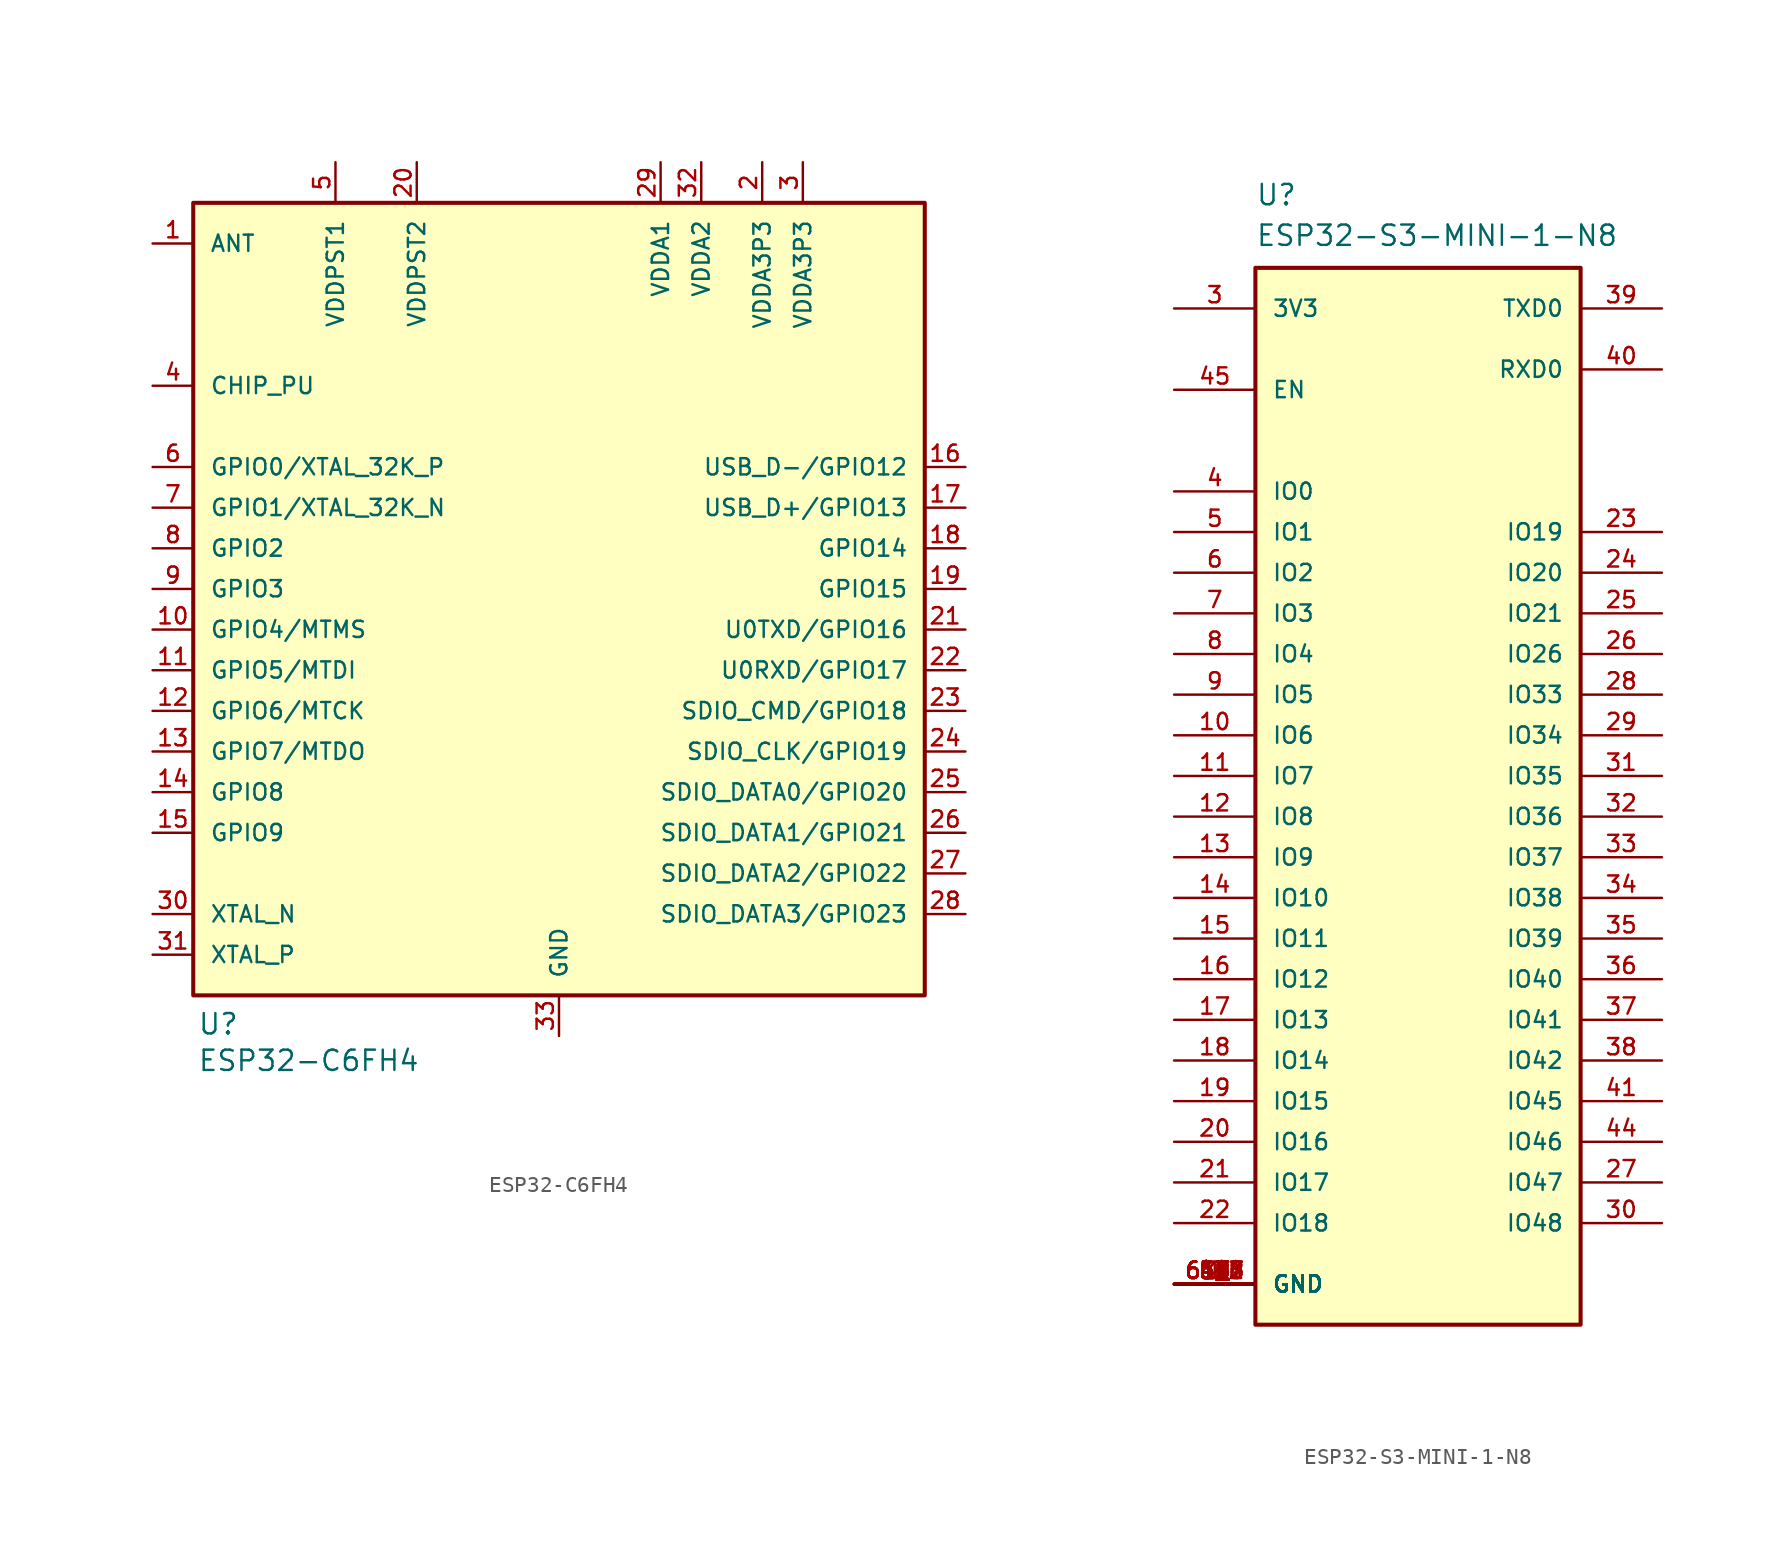
<source format=kicad_sym>
(kicad_symbol_lib
  (version 20241209)
  (generator "kicad_symbol_editor")
  (generator_version "9.0")
  (symbol "ESP32-C6FH4"
    (pin_names
      (offset 1.016))
    (property "Reference" "U"
      (at -22.606 -26.67 0)
      (effects (font (size 1.27 1.27)) (justify left bottom)))
    (property "Value" "ESP32-C6FH4"
      (at -22.606 -28.956 0)
      (effects (font (size 1.27 1.27)) (justify left bottom)))
    (symbol "ESP32-C6FH4_0_0"
      (rectangle (start -22.86 25.4) (end 22.86 -24.13) (stroke (width 0.254) (type default)) (fill (type background)))
      (pin bidirectional line (at -25.4 22.86 0) (length 2.54) (name "ANT" (effects (font (size 1.016 1.016)))) (number "1" (effects (font (size 1.016 1.016)))))
      (pin input line (at -25.4 13.97 0) (length 2.54) (name "CHIP_PU" (effects (font (size 1.016 1.016)))) (number "4" (effects (font (size 1.016 1.016)))))
      (pin bidirectional line (at -25.4 8.89 0) (length 2.54) (name "GPIO0/XTAL_32K_P" (effects (font (size 1.016 1.016)))) (number "6" (effects (font (size 1.016 1.016)))))
      (pin bidirectional line (at -25.4 6.35 0) (length 2.54) (name "GPIO1/XTAL_32K_N" (effects (font (size 1.016 1.016)))) (number "7" (effects (font (size 1.016 1.016)))))
      (pin bidirectional line (at -25.4 3.81 0) (length 2.54) (name "GPIO2" (effects (font (size 1.016 1.016)))) (number "8" (effects (font (size 1.016 1.016)))))
      (pin bidirectional line (at -25.4 1.27 0) (length 2.54) (name "GPIO3" (effects (font (size 1.016 1.016)))) (number "9" (effects (font (size 1.016 1.016)))))
      (pin bidirectional line (at -25.4 -1.27 0) (length 2.54) (name "GPIO4/MTMS" (effects (font (size 1.016 1.016)))) (number "10" (effects (font (size 1.016 1.016)))))
      (pin bidirectional line (at -25.4 -3.81 0) (length 2.54) (name "GPIO5/MTDI" (effects (font (size 1.016 1.016)))) (number "11" (effects (font (size 1.016 1.016)))))
      (pin bidirectional line (at -25.4 -6.35 0) (length 2.54) (name "GPIO6/MTCK" (effects (font (size 1.016 1.016)))) (number "12" (effects (font (size 1.016 1.016)))))
      (pin bidirectional line (at -25.4 -8.89 0) (length 2.54) (name "GPIO7/MTDO" (effects (font (size 1.016 1.016)))) (number "13" (effects (font (size 1.016 1.016)))))
      (pin bidirectional line (at -25.4 -11.43 0) (length 2.54) (name "GPIO8" (effects (font (size 1.016 1.016)))) (number "14" (effects (font (size 1.016 1.016)))))
      (pin bidirectional line (at -25.4 -13.97 0) (length 2.54) (name "GPIO9" (effects (font (size 1.016 1.016)))) (number "15" (effects (font (size 1.016 1.016)))))
      (pin bidirectional line (at -25.4 -19.05 0) (length 2.54) (name "XTAL_N" (effects (font (size 1.016 1.016)))) (number "30" (effects (font (size 1.016 1.016)))))
      (pin bidirectional line (at -25.4 -21.59 0) (length 2.54) (name "XTAL_P" (effects (font (size 1.016 1.016)))) (number "31" (effects (font (size 1.016 1.016)))))
      (pin power_in line (at -13.97 27.94 270) (length 2.54) (name "VDDPST1" (effects (font (size 1.016 1.016)))) (number "5" (effects (font (size 1.016 1.016)))))
      (pin power_in line (at -8.89 27.94 270) (length 2.54) (name "VDDPST2" (effects (font (size 1.016 1.016)))) (number "20" (effects (font (size 1.016 1.016)))))
      (pin power_in line (at 0 -26.67 90) (length 2.54) (name "GND" (effects (font (size 1.016 1.016)))) (number "33" (effects (font (size 1.016 1.016)))))
      (pin power_in line (at 6.35 27.94 270) (length 2.54) (name "VDDA1" (effects (font (size 1.016 1.016)))) (number "29" (effects (font (size 1.016 1.016)))))
      (pin power_in line (at 8.89 27.94 270) (length 2.54) (name "VDDA2" (effects (font (size 1.016 1.016)))) (number "32" (effects (font (size 1.016 1.016)))))
      (pin power_in line (at 12.7 27.94 270) (length 2.54) (name "VDDA3P3" (effects (font (size 1.016 1.016)))) (number "2" (effects (font (size 1.016 1.016)))))
      (pin power_in line (at 15.24 27.94 270) (length 2.54) (name "VDDA3P3" (effects (font (size 1.016 1.016)))) (number "3" (effects (font (size 1.016 1.016)))))
      (pin bidirectional line (at 25.4 8.89 180) (length 2.54) (name "USB_D-/GPIO12" (effects (font (size 1.016 1.016)))) (number "16" (effects (font (size 1.016 1.016)))))
      (pin bidirectional line (at 25.4 6.35 180) (length 2.54) (name "USB_D+/GPIO13" (effects (font (size 1.016 1.016)))) (number "17" (effects (font (size 1.016 1.016)))))
      (pin bidirectional line (at 25.4 3.81 180) (length 2.54) (name "GPIO14" (effects (font (size 1.016 1.016)))) (number "18" (effects (font (size 1.016 1.016)))))
      (pin bidirectional line (at 25.4 1.27 180) (length 2.54) (name "GPIO15" (effects (font (size 1.016 1.016)))) (number "19" (effects (font (size 1.016 1.016)))))
      (pin bidirectional line (at 25.4 -1.27 180) (length 2.54) (name "U0TXD/GPIO16" (effects (font (size 1.016 1.016)))) (number "21" (effects (font (size 1.016 1.016)))))
      (pin bidirectional line (at 25.4 -3.81 180) (length 2.54) (name "U0RXD/GPIO17" (effects (font (size 1.016 1.016)))) (number "22" (effects (font (size 1.016 1.016)))))
      (pin bidirectional line (at 25.4 -6.35 180) (length 2.54) (name "SDIO_CMD/GPIO18" (effects (font (size 1.016 1.016)))) (number "23" (effects (font (size 1.016 1.016)))))
      (pin bidirectional line (at 25.4 -8.89 180) (length 2.54) (name "SDIO_CLK/GPIO19" (effects (font (size 1.016 1.016)))) (number "24" (effects (font (size 1.016 1.016)))))
      (pin bidirectional line (at 25.4 -11.43 180) (length 2.54) (name "SDIO_DATA0/GPIO20" (effects (font (size 1.016 1.016)))) (number "25" (effects (font (size 1.016 1.016)))))
      (pin bidirectional line (at 25.4 -13.97 180) (length 2.54) (name "SDIO_DATA1/GPIO21" (effects (font (size 1.016 1.016)))) (number "26" (effects (font (size 1.016 1.016)))))
      (pin bidirectional line (at 25.4 -16.51 180) (length 2.54) (name "SDIO_DATA2/GPIO22" (effects (font (size 1.016 1.016)))) (number "27" (effects (font (size 1.016 1.016)))))
      (pin bidirectional line (at 25.4 -19.05 180) (length 2.54) (name "SDIO_DATA3/GPIO23" (effects (font (size 1.016 1.016)))) (number "28" (effects (font (size 1.016 1.016)))))))
  (symbol "ESP32-S3-MINI-1-N8"
    (pin_names
      (offset 1.016))
    (property "Reference" "U"
      (at -10.16 36.83 0)
      (effects (font (size 1.27 1.27)) (justify left bottom)))
    (property "Value" "ESP32-S3-MINI-1-N8"
      (at -10.16 34.29 0)
      (effects (font (size 1.27 1.27)) (justify left bottom)))
    (symbol "ESP32-S3-MINI-1-N8_0_0"
      (rectangle (start -10.16 -33.02) (end 10.16 33.02) (stroke (width 0.254) (type default)) (fill (type background)))
      (pin power_in line (at -15.24 30.48 0) (length 5.08) (name "3V3" (effects (font (size 1.016 1.016)))) (number "3" (effects (font (size 1.016 1.016)))))
      (pin input line (at -15.24 25.4 0) (length 5.08) (name "EN" (effects (font (size 1.016 1.016)))) (number "45" (effects (font (size 1.016 1.016)))))
      (pin bidirectional line (at -15.24 19.05 0) (length 5.08) (name "IO0" (effects (font (size 1.016 1.016)))) (number "4" (effects (font (size 1.016 1.016)))))
      (pin bidirectional line (at -15.24 16.51 0) (length 5.08) (name "IO1" (effects (font (size 1.016 1.016)))) (number "5" (effects (font (size 1.016 1.016)))))
      (pin bidirectional line (at -15.24 13.97 0) (length 5.08) (name "IO2" (effects (font (size 1.016 1.016)))) (number "6" (effects (font (size 1.016 1.016)))))
      (pin bidirectional line (at -15.24 11.43 0) (length 5.08) (name "IO3" (effects (font (size 1.016 1.016)))) (number "7" (effects (font (size 1.016 1.016)))))
      (pin bidirectional line (at -15.24 8.89 0) (length 5.08) (name "IO4" (effects (font (size 1.016 1.016)))) (number "8" (effects (font (size 1.016 1.016)))))
      (pin bidirectional line (at -15.24 6.35 0) (length 5.08) (name "IO5" (effects (font (size 1.016 1.016)))) (number "9" (effects (font (size 1.016 1.016)))))
      (pin bidirectional line (at -15.24 3.81 0) (length 5.08) (name "IO6" (effects (font (size 1.016 1.016)))) (number "10" (effects (font (size 1.016 1.016)))))
      (pin bidirectional line (at -15.24 1.27 0) (length 5.08) (name "IO7" (effects (font (size 1.016 1.016)))) (number "11" (effects (font (size 1.016 1.016)))))
      (pin bidirectional line (at -15.24 -1.27 0) (length 5.08) (name "IO8" (effects (font (size 1.016 1.016)))) (number "12" (effects (font (size 1.016 1.016)))))
      (pin bidirectional line (at -15.24 -3.81 0) (length 5.08) (name "IO9" (effects (font (size 1.016 1.016)))) (number "13" (effects (font (size 1.016 1.016)))))
      (pin bidirectional line (at -15.24 -6.35 0) (length 5.08) (name "IO10" (effects (font (size 1.016 1.016)))) (number "14" (effects (font (size 1.016 1.016)))))
      (pin bidirectional line (at -15.24 -8.89 0) (length 5.08) (name "IO11" (effects (font (size 1.016 1.016)))) (number "15" (effects (font (size 1.016 1.016)))))
      (pin bidirectional line (at -15.24 -11.43 0) (length 5.08) (name "IO12" (effects (font (size 1.016 1.016)))) (number "16" (effects (font (size 1.016 1.016)))))
      (pin bidirectional line (at -15.24 -13.97 0) (length 5.08) (name "IO13" (effects (font (size 1.016 1.016)))) (number "17" (effects (font (size 1.016 1.016)))))
      (pin bidirectional line (at -15.24 -16.51 0) (length 5.08) (name "IO14" (effects (font (size 1.016 1.016)))) (number "18" (effects (font (size 1.016 1.016)))))
      (pin bidirectional line (at -15.24 -19.05 0) (length 5.08) (name "IO15" (effects (font (size 1.016 1.016)))) (number "19" (effects (font (size 1.016 1.016)))))
      (pin bidirectional line (at -15.24 -21.59 0) (length 5.08) (name "IO16" (effects (font (size 1.016 1.016)))) (number "20" (effects (font (size 1.016 1.016)))))
      (pin bidirectional line (at -15.24 -24.13 0) (length 5.08) (name "IO17" (effects (font (size 1.016 1.016)))) (number "21" (effects (font (size 1.016 1.016)))))
      (pin bidirectional line (at -15.24 -26.67 0) (length 5.08) (name "IO18" (effects (font (size 1.016 1.016)))) (number "22" (effects (font (size 1.016 1.016)))))
      (pin power_in line (at -15.24 -30.48 0) (length 5.08) (name "GND" (effects (font (size 1.016 1.016)))) (number "1" (effects (font (size 1.016 1.016)))))
      (pin power_in line (at -15.24 -30.48 0) (length 5.08) (name "GND" (effects (font (size 1.016 1.016)))) (number "2" (effects (font (size 1.016 1.016)))))
      (pin power_in line (at -15.24 -30.48 0) (length 5.08) (name "GND" (effects (font (size 1.016 1.016)))) (number "42" (effects (font (size 1.016 1.016)))))
      (pin power_in line (at -15.24 -30.48 0) (length 5.08) (name "GND" (effects (font (size 1.016 1.016)))) (number "43" (effects (font (size 1.016 1.016)))))
      (pin power_in line (at -15.24 -30.48 0) (length 5.08) (name "GND" (effects (font (size 1.016 1.016)))) (number "46" (effects (font (size 1.016 1.016)))))
      (pin power_in line (at -15.24 -30.48 0) (length 5.08) (name "GND" (effects (font (size 1.016 1.016)))) (number "47" (effects (font (size 1.016 1.016)))))
      (pin power_in line (at -15.24 -30.48 0) (length 5.08) (name "GND" (effects (font (size 1.016 1.016)))) (number "48" (effects (font (size 1.016 1.016)))))
      (pin power_in line (at -15.24 -30.48 0) (length 5.08) (name "GND" (effects (font (size 1.016 1.016)))) (number "49" (effects (font (size 1.016 1.016)))))
      (pin power_in line (at -15.24 -30.48 0) (length 5.08) (name "GND" (effects (font (size 1.016 1.016)))) (number "50" (effects (font (size 1.016 1.016)))))
      (pin power_in line (at -15.24 -30.48 0) (length 5.08) (name "GND" (effects (font (size 1.016 1.016)))) (number "51" (effects (font (size 1.016 1.016)))))
      (pin power_in line (at -15.24 -30.48 0) (length 5.08) (name "GND" (effects (font (size 1.016 1.016)))) (number "52" (effects (font (size 1.016 1.016)))))
      (pin power_in line (at -15.24 -30.48 0) (length 5.08) (name "GND" (effects (font (size 1.016 1.016)))) (number "53" (effects (font (size 1.016 1.016)))))
      (pin power_in line (at -15.24 -30.48 0) (length 5.08) (name "GND" (effects (font (size 1.016 1.016)))) (number "54" (effects (font (size 1.016 1.016)))))
      (pin power_in line (at -15.24 -30.48 0) (length 5.08) (name "GND" (effects (font (size 1.016 1.016)))) (number "55" (effects (font (size 1.016 1.016)))))
      (pin power_in line (at -15.24 -30.48 0) (length 5.08) (name "GND" (effects (font (size 1.016 1.016)))) (number "56" (effects (font (size 1.016 1.016)))))
      (pin power_in line (at -15.24 -30.48 0) (length 5.08) (name "GND" (effects (font (size 1.016 1.016)))) (number "57" (effects (font (size 1.016 1.016)))))
      (pin power_in line (at -15.24 -30.48 0) (length 5.08) (name "GND" (effects (font (size 1.016 1.016)))) (number "58" (effects (font (size 1.016 1.016)))))
      (pin power_in line (at -15.24 -30.48 0) (length 5.08) (name "GND" (effects (font (size 1.016 1.016)))) (number "59" (effects (font (size 1.016 1.016)))))
      (pin power_in line (at -15.24 -30.48 0) (length 5.08) (name "GND" (effects (font (size 1.016 1.016)))) (number "60" (effects (font (size 1.016 1.016)))))
      (pin power_in line (at -15.24 -30.48 0) (length 5.08) (name "GND" (effects (font (size 1.016 1.016)))) (number "61" (effects (font (size 1.016 1.016)))))
      (pin power_in line (at -15.24 -30.48 0) (length 5.08) (name "GND" (effects (font (size 1.016 1.016)))) (number "61_1" (effects (font (size 1.016 1.016)))))
      (pin power_in line (at -15.24 -30.48 0) (length 5.08) (name "GND" (effects (font (size 1.016 1.016)))) (number "61_2" (effects (font (size 1.016 1.016)))))
      (pin power_in line (at -15.24 -30.48 0) (length 5.08) (name "GND" (effects (font (size 1.016 1.016)))) (number "61_3" (effects (font (size 1.016 1.016)))))
      (pin power_in line (at -15.24 -30.48 0) (length 5.08) (name "GND" (effects (font (size 1.016 1.016)))) (number "61_4" (effects (font (size 1.016 1.016)))))
      (pin power_in line (at -15.24 -30.48 0) (length 5.08) (name "GND" (effects (font (size 1.016 1.016)))) (number "61_5" (effects (font (size 1.016 1.016)))))
      (pin power_in line (at -15.24 -30.48 0) (length 5.08) (name "GND" (effects (font (size 1.016 1.016)))) (number "61_6" (effects (font (size 1.016 1.016)))))
      (pin power_in line (at -15.24 -30.48 0) (length 5.08) (name "GND" (effects (font (size 1.016 1.016)))) (number "61_7" (effects (font (size 1.016 1.016)))))
      (pin power_in line (at -15.24 -30.48 0) (length 5.08) (name "GND" (effects (font (size 1.016 1.016)))) (number "61_8" (effects (font (size 1.016 1.016)))))
      (pin power_in line (at -15.24 -30.48 0) (length 5.08) (name "GND" (effects (font (size 1.016 1.016)))) (number "62" (effects (font (size 1.016 1.016)))))
      (pin power_in line (at -15.24 -30.48 0) (length 5.08) (name "GND" (effects (font (size 1.016 1.016)))) (number "63" (effects (font (size 1.016 1.016)))))
      (pin power_in line (at -15.24 -30.48 0) (length 5.08) (name "GND" (effects (font (size 1.016 1.016)))) (number "64" (effects (font (size 1.016 1.016)))))
      (pin power_in line (at -15.24 -30.48 0) (length 5.08) (name "GND" (effects (font (size 1.016 1.016)))) (number "65" (effects (font (size 1.016 1.016)))))
      (pin bidirectional line (at 15.24 30.48 180) (length 5.08) (name "TXD0" (effects (font (size 1.016 1.016)))) (number "39" (effects (font (size 1.016 1.016)))))
      (pin bidirectional line (at 15.24 26.67 180) (length 5.08) (name "RXD0" (effects (font (size 1.016 1.016)))) (number "40" (effects (font (size 1.016 1.016)))))
      (pin bidirectional line (at 15.24 16.51 180) (length 5.08) (name "IO19" (effects (font (size 1.016 1.016)))) (number "23" (effects (font (size 1.016 1.016)))))
      (pin bidirectional line (at 15.24 13.97 180) (length 5.08) (name "IO20" (effects (font (size 1.016 1.016)))) (number "24" (effects (font (size 1.016 1.016)))))
      (pin bidirectional line (at 15.24 11.43 180) (length 5.08) (name "IO21" (effects (font (size 1.016 1.016)))) (number "25" (effects (font (size 1.016 1.016)))))
      (pin bidirectional line (at 15.24 8.89 180) (length 5.08) (name "IO26" (effects (font (size 1.016 1.016)))) (number "26" (effects (font (size 1.016 1.016)))))
      (pin bidirectional line (at 15.24 6.35 180) (length 5.08) (name "IO33" (effects (font (size 1.016 1.016)))) (number "28" (effects (font (size 1.016 1.016)))))
      (pin bidirectional line (at 15.24 3.81 180) (length 5.08) (name "IO34" (effects (font (size 1.016 1.016)))) (number "29" (effects (font (size 1.016 1.016)))))
      (pin bidirectional line (at 15.24 1.27 180) (length 5.08) (name "IO35" (effects (font (size 1.016 1.016)))) (number "31" (effects (font (size 1.016 1.016)))))
      (pin bidirectional line (at 15.24 -1.27 180) (length 5.08) (name "IO36" (effects (font (size 1.016 1.016)))) (number "32" (effects (font (size 1.016 1.016)))))
      (pin bidirectional line (at 15.24 -3.81 180) (length 5.08) (name "IO37" (effects (font (size 1.016 1.016)))) (number "33" (effects (font (size 1.016 1.016)))))
      (pin bidirectional line (at 15.24 -6.35 180) (length 5.08) (name "IO38" (effects (font (size 1.016 1.016)))) (number "34" (effects (font (size 1.016 1.016)))))
      (pin bidirectional line (at 15.24 -8.89 180) (length 5.08) (name "IO39" (effects (font (size 1.016 1.016)))) (number "35" (effects (font (size 1.016 1.016)))))
      (pin bidirectional line (at 15.24 -11.43 180) (length 5.08) (name "IO40" (effects (font (size 1.016 1.016)))) (number "36" (effects (font (size 1.016 1.016)))))
      (pin bidirectional line (at 15.24 -13.97 180) (length 5.08) (name "IO41" (effects (font (size 1.016 1.016)))) (number "37" (effects (font (size 1.016 1.016)))))
      (pin bidirectional line (at 15.24 -16.51 180) (length 5.08) (name "IO42" (effects (font (size 1.016 1.016)))) (number "38" (effects (font (size 1.016 1.016)))))
      (pin bidirectional line (at 15.24 -19.05 180) (length 5.08) (name "IO45" (effects (font (size 1.016 1.016)))) (number "41" (effects (font (size 1.016 1.016)))))
      (pin bidirectional line (at 15.24 -21.59 180) (length 5.08) (name "IO46" (effects (font (size 1.016 1.016)))) (number "44" (effects (font (size 1.016 1.016)))))
      (pin bidirectional line (at 15.24 -24.13 180) (length 5.08) (name "IO47" (effects (font (size 1.016 1.016)))) (number "27" (effects (font (size 1.016 1.016)))))
      (pin bidirectional line (at 15.24 -26.67 180) (length 5.08) (name "IO48" (effects (font (size 1.016 1.016)))) (number "30" (effects (font (size 1.016 1.016))))))))
</source>
